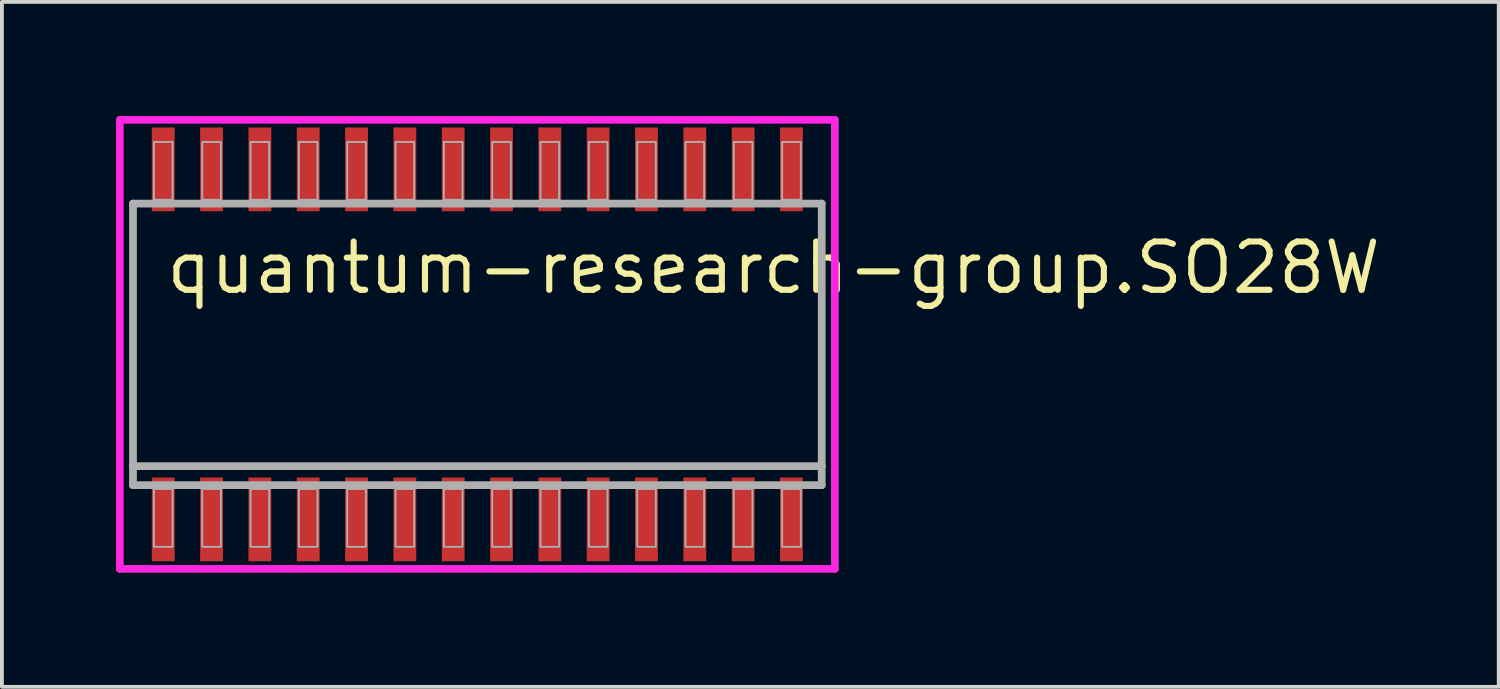
<source format=kicad_pcb>
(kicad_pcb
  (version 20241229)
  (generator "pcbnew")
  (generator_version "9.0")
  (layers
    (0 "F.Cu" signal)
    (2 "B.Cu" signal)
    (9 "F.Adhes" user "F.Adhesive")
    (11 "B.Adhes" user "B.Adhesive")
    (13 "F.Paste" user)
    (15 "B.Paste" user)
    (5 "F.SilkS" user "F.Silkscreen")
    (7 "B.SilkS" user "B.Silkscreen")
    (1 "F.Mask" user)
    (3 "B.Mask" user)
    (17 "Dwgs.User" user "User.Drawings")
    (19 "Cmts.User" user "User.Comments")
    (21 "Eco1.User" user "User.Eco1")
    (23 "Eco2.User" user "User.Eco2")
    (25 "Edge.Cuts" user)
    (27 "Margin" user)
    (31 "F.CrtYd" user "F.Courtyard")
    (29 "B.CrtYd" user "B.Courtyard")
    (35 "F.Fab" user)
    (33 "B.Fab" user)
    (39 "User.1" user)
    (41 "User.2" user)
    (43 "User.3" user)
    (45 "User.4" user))
  (footprint "quantum-research-group.SO28W"
    (layer "F.Cu")
    (at 9.495 6)
    (property "Reference" "quantum-research-group.SO28W" (at -8.255 -1.27 0) (layer "F.SilkS") (effects (font (size 1.27 1.27) (thickness 0.16)) (justify left bottom)))
    (attr smd)
    (fp_line (start -9.395 -5.9) (end 9.395 -5.9) (stroke (width 0.2) (type default)) (layer "F.CrtYd"))
    (fp_line (start -9.395 5.9) (end -9.395 -5.9) (stroke (width 0.2) (type default)) (layer "F.CrtYd"))
    (fp_line (start 9.395 -5.9) (end 9.395 5.9) (stroke (width 0.2) (type default)) (layer "F.CrtYd"))
    (fp_line (start 9.395 5.9) (end -9.395 5.9) (stroke (width 0.2) (type default)) (layer "F.CrtYd"))
    (fp_line (start -9.05 -3.7) (end 9.05 -3.7) (stroke (width 0.203) (type default)) (layer "F.Fab"))
    (fp_line (start -9.05 3.2) (end -9.05 -3.7) (stroke (width 0.203) (type default)) (layer "F.Fab"))
    (fp_line (start -9.05 3.7) (end -9.05 3.2) (stroke (width 0.203) (type default)) (layer "F.Fab"))
    (fp_line (start 9.05 -3.7) (end 9.05 3.2) (stroke (width 0.203) (type default)) (layer "F.Fab"))
    (fp_line (start 9.05 3.2) (end -9.05 3.2) (stroke (width 0.203) (type default)) (layer "F.Fab"))
    (fp_line (start 9.05 3.2) (end 9.05 3.7) (stroke (width 0.203) (type default)) (layer "F.Fab"))
    (fp_line (start 9.05 3.7) (end -9.05 3.7) (stroke (width 0.203) (type default)) (layer "F.Fab"))
    (fp_rect (start -8.5 -3.8) (end -8.01 -5.32) (stroke (width 0.05) (type default)) (fill no) (layer "F.Fab"))
    (fp_rect (start -8.5 5.32) (end -8.01 3.8) (stroke (width 0.05) (type default)) (fill no) (layer "F.Fab"))
    (fp_rect (start -7.23 -3.8) (end -6.74 -5.32) (stroke (width 0.05) (type default)) (fill no) (layer "F.Fab"))
    (fp_rect (start -7.23 5.32) (end -6.74 3.8) (stroke (width 0.05) (type default)) (fill no) (layer "F.Fab"))
    (fp_rect (start -5.96 -3.8) (end -5.47 -5.32) (stroke (width 0.05) (type default)) (fill no) (layer "F.Fab"))
    (fp_rect (start -5.96 5.32) (end -5.47 3.8) (stroke (width 0.05) (type default)) (fill no) (layer "F.Fab"))
    (fp_rect (start -4.69 -3.8) (end -4.2 -5.32) (stroke (width 0.05) (type default)) (fill no) (layer "F.Fab"))
    (fp_rect (start -4.69 5.32) (end -4.2 3.8) (stroke (width 0.05) (type default)) (fill no) (layer "F.Fab"))
    (fp_rect (start -3.42 -3.8) (end -2.93 -5.32) (stroke (width 0.05) (type default)) (fill no) (layer "F.Fab"))
    (fp_rect (start -3.42 5.32) (end -2.93 3.8) (stroke (width 0.05) (type default)) (fill no) (layer "F.Fab"))
    (fp_rect (start -2.15 -3.8) (end -1.66 -5.32) (stroke (width 0.05) (type default)) (fill no) (layer "F.Fab"))
    (fp_rect (start -2.15 5.32) (end -1.66 3.8) (stroke (width 0.05) (type default)) (fill no) (layer "F.Fab"))
    (fp_rect (start -0.88 -3.8) (end -0.39 -5.32) (stroke (width 0.05) (type default)) (fill no) (layer "F.Fab"))
    (fp_rect (start -0.88 5.32) (end -0.39 3.8) (stroke (width 0.05) (type default)) (fill no) (layer "F.Fab"))
    (fp_rect (start 0.39 -3.8) (end 0.88 -5.32) (stroke (width 0.05) (type default)) (fill no) (layer "F.Fab"))
    (fp_rect (start 0.39 5.32) (end 0.88 3.8) (stroke (width 0.05) (type default)) (fill no) (layer "F.Fab"))
    (fp_rect (start 1.66 -3.8) (end 2.15 -5.32) (stroke (width 0.05) (type default)) (fill no) (layer "F.Fab"))
    (fp_rect (start 1.66 5.32) (end 2.15 3.8) (stroke (width 0.05) (type default)) (fill no) (layer "F.Fab"))
    (fp_rect (start 2.93 -3.8) (end 3.42 -5.32) (stroke (width 0.05) (type default)) (fill no) (layer "F.Fab"))
    (fp_rect (start 2.93 5.32) (end 3.42 3.8) (stroke (width 0.05) (type default)) (fill no) (layer "F.Fab"))
    (fp_rect (start 4.2 -3.8) (end 4.69 -5.32) (stroke (width 0.05) (type default)) (fill no) (layer "F.Fab"))
    (fp_rect (start 4.2 5.32) (end 4.69 3.8) (stroke (width 0.05) (type default)) (fill no) (layer "F.Fab"))
    (fp_rect (start 5.47 -3.8) (end 5.96 -5.32) (stroke (width 0.05) (type default)) (fill no) (layer "F.Fab"))
    (fp_rect (start 5.47 5.32) (end 5.96 3.8) (stroke (width 0.05) (type default)) (fill no) (layer "F.Fab"))
    (fp_rect (start 6.74 -3.8) (end 7.23 -5.32) (stroke (width 0.05) (type default)) (fill no) (layer "F.Fab"))
    (fp_rect (start 6.74 5.32) (end 7.23 3.8) (stroke (width 0.05) (type default)) (fill no) (layer "F.Fab"))
    (fp_rect (start 8.01 -3.8) (end 8.5 -5.32) (stroke (width 0.05) (type default)) (fill no) (layer "F.Fab"))
    (fp_rect (start 8.01 5.32) (end 8.5 3.8) (stroke (width 0.05) (type default)) (fill no) (layer "F.Fab"))
    (pad "1" smd roundrect (at -8.255 4.6) (size 0.6 2.2) (layers "F.Cu" "F.Mask" "F.Paste") (roundrect_rratio 0.01))
    (pad "2" smd roundrect (at -6.985 4.6) (size 0.6 2.2) (layers "F.Cu" "F.Mask" "F.Paste") (roundrect_rratio 0.01))
    (pad "3" smd roundrect (at -5.715 4.6) (size 0.6 2.2) (layers "F.Cu" "F.Mask" "F.Paste") (roundrect_rratio 0.01))
    (pad "4" smd roundrect (at -4.445 4.6) (size 0.6 2.2) (layers "F.Cu" "F.Mask" "F.Paste") (roundrect_rratio 0.01))
    (pad "5" smd roundrect (at -3.175 4.6) (size 0.6 2.2) (layers "F.Cu" "F.Mask" "F.Paste") (roundrect_rratio 0.01))
    (pad "6" smd roundrect (at -1.905 4.6) (size 0.6 2.2) (layers "F.Cu" "F.Mask" "F.Paste") (roundrect_rratio 0.01))
    (pad "7" smd roundrect (at -0.635 4.6) (size 0.6 2.2) (layers "F.Cu" "F.Mask" "F.Paste") (roundrect_rratio 0.01))
    (pad "8" smd roundrect (at 0.635 4.6) (size 0.6 2.2) (layers "F.Cu" "F.Mask" "F.Paste") (roundrect_rratio 0.01))
    (pad "9" smd roundrect (at 1.905 4.6) (size 0.6 2.2) (layers "F.Cu" "F.Mask" "F.Paste") (roundrect_rratio 0.01))
    (pad "10" smd roundrect (at 3.175 4.6) (size 0.6 2.2) (layers "F.Cu" "F.Mask" "F.Paste") (roundrect_rratio 0.01))
    (pad "11" smd roundrect (at 4.445 4.6) (size 0.6 2.2) (layers "F.Cu" "F.Mask" "F.Paste") (roundrect_rratio 0.01))
    (pad "12" smd roundrect (at 5.715 4.6) (size 0.6 2.2) (layers "F.Cu" "F.Mask" "F.Paste") (roundrect_rratio 0.01))
    (pad "13" smd roundrect (at 6.985 4.6) (size 0.6 2.2) (layers "F.Cu" "F.Mask" "F.Paste") (roundrect_rratio 0.01))
    (pad "14" smd roundrect (at 8.255 4.6) (size 0.6 2.2) (layers "F.Cu" "F.Mask" "F.Paste") (roundrect_rratio 0.01))
    (pad "15" smd roundrect (at 8.255 -4.6) (size 0.6 2.2) (layers "F.Cu" "F.Mask" "F.Paste") (roundrect_rratio 0.01))
    (pad "16" smd roundrect (at 6.985 -4.6) (size 0.6 2.2) (layers "F.Cu" "F.Mask" "F.Paste") (roundrect_rratio 0.01))
    (pad "17" smd roundrect (at 5.715 -4.6) (size 0.6 2.2) (layers "F.Cu" "F.Mask" "F.Paste") (roundrect_rratio 0.01))
    (pad "18" smd roundrect (at 4.445 -4.6) (size 0.6 2.2) (layers "F.Cu" "F.Mask" "F.Paste") (roundrect_rratio 0.01))
    (pad "19" smd roundrect (at 3.175 -4.6) (size 0.6 2.2) (layers "F.Cu" "F.Mask" "F.Paste") (roundrect_rratio 0.01))
    (pad "20" smd roundrect (at 1.905 -4.6) (size 0.6 2.2) (layers "F.Cu" "F.Mask" "F.Paste") (roundrect_rratio 0.01))
    (pad "21" smd roundrect (at 0.635 -4.6) (size 0.6 2.2) (layers "F.Cu" "F.Mask" "F.Paste") (roundrect_rratio 0.01))
    (pad "22" smd roundrect (at -0.635 -4.6) (size 0.6 2.2) (layers "F.Cu" "F.Mask" "F.Paste") (roundrect_rratio 0.01))
    (pad "23" smd roundrect (at -1.905 -4.6) (size 0.6 2.2) (layers "F.Cu" "F.Mask" "F.Paste") (roundrect_rratio 0.01))
    (pad "24" smd roundrect (at -3.175 -4.6) (size 0.6 2.2) (layers "F.Cu" "F.Mask" "F.Paste") (roundrect_rratio 0.01))
    (pad "25" smd roundrect (at -4.445 -4.6) (size 0.6 2.2) (layers "F.Cu" "F.Mask" "F.Paste") (roundrect_rratio 0.01))
    (pad "26" smd roundrect (at -5.715 -4.6) (size 0.6 2.2) (layers "F.Cu" "F.Mask" "F.Paste") (roundrect_rratio 0.01))
    (pad "27" smd roundrect (at -6.985 -4.6) (size 0.6 2.2) (layers "F.Cu" "F.Mask" "F.Paste") (roundrect_rratio 0.01))
    (pad "28" smd roundrect (at -8.255 -4.6) (size 0.6 2.2) (layers "F.Cu" "F.Mask" "F.Paste") (roundrect_rratio 0.01)))
  (gr_rect
    (start -3 -3)
    (end 36.337 15)
    (stroke (width 0.1) (type default))
    (fill no)
    (layer "Edge.Cuts")))
</source>
